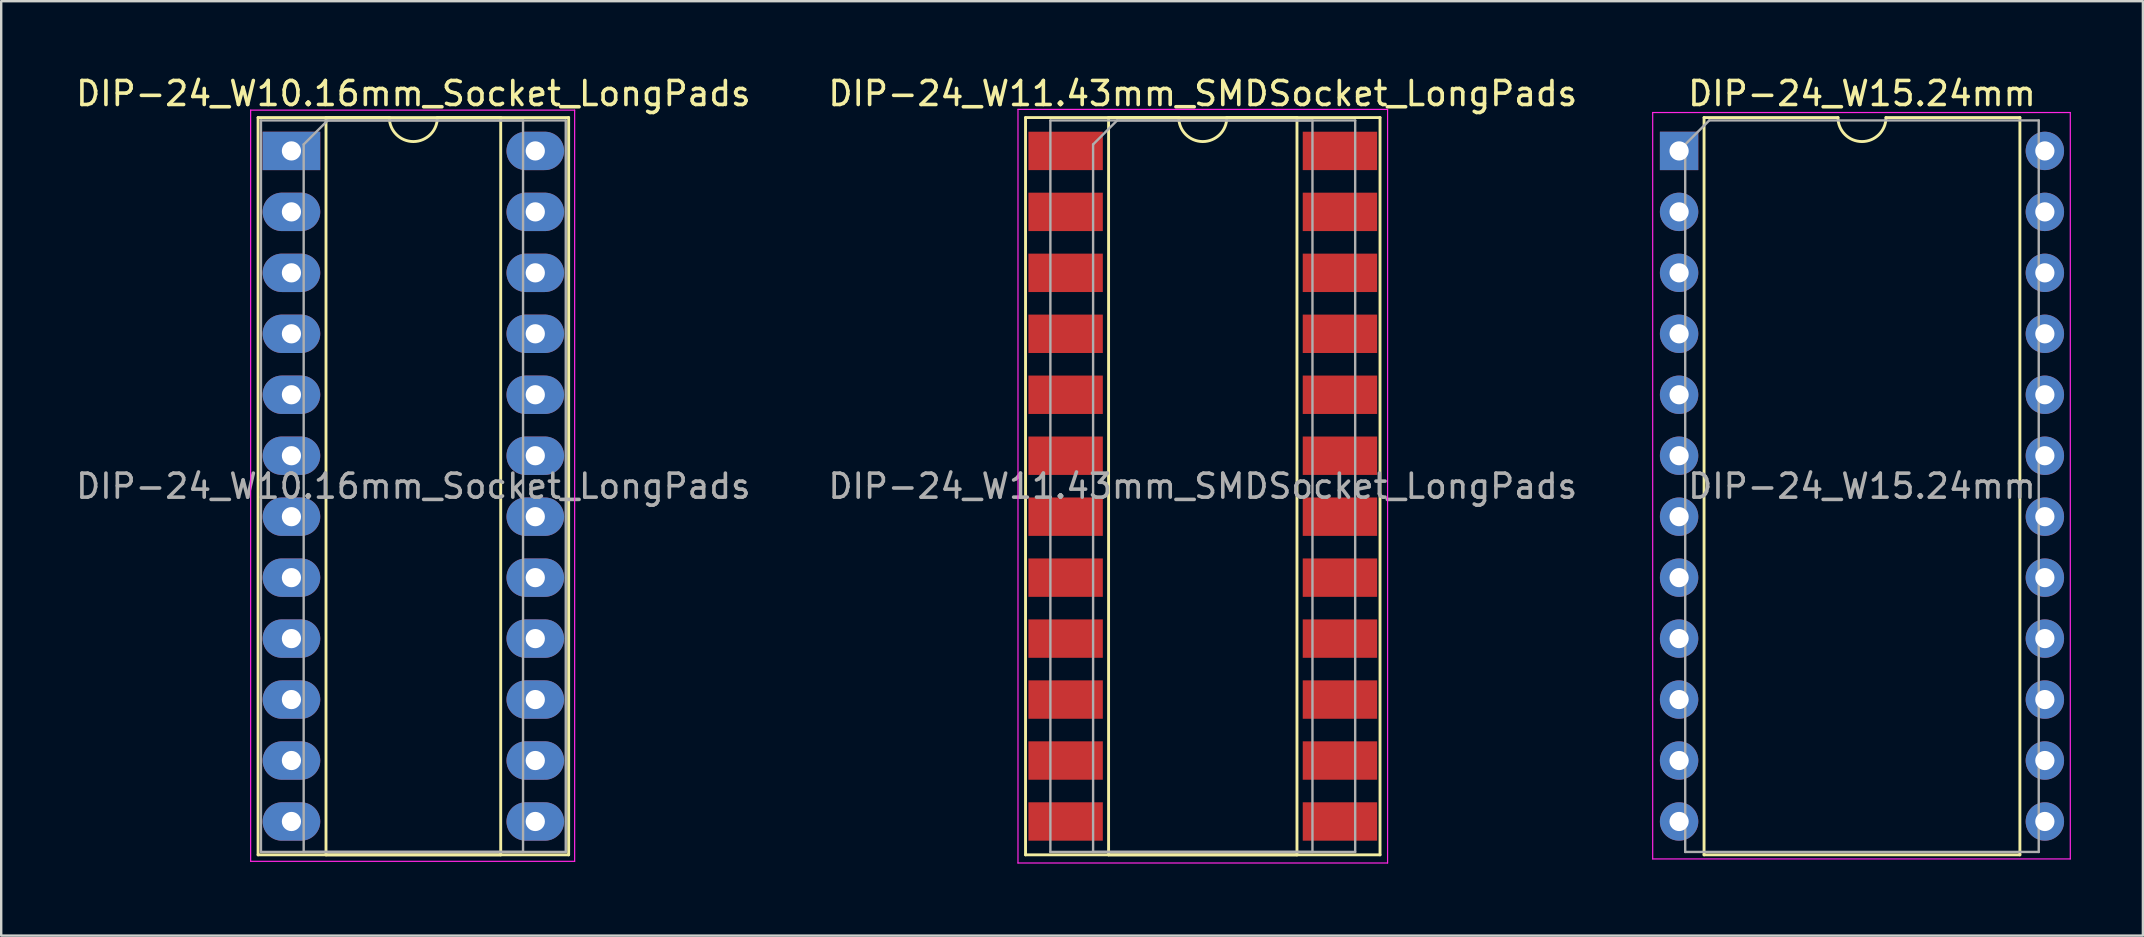
<source format=kicad_pcb>
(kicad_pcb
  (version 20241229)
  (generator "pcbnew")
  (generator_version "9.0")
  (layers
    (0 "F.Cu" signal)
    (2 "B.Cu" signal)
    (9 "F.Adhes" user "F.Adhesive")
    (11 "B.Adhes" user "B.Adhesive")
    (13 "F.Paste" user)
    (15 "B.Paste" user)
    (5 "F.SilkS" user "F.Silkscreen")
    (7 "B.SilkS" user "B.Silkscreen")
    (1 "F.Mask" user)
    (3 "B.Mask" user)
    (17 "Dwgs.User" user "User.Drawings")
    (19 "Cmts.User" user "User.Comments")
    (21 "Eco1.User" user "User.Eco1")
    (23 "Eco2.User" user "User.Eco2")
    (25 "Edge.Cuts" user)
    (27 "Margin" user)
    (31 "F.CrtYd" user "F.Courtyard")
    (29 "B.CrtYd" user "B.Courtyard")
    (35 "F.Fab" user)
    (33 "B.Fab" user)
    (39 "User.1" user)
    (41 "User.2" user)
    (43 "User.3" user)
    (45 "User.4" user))
  (footprint "DIP-24_W10.16mm_Socket_LongPads"
    (layer "F.Cu")
    (at 9.093 3.238)
    (property "Reference" "DIP-24_W10.16mm_Socket_LongPads" (at 5.08 -2.39 0) (layer "F.SilkS") (effects (font (size 1 1) (thickness 0.15))))
    (attr through_hole)
    (fp_line (start -1.39 -1.39) (end -1.39 29.33) (stroke (width 0.12) (type solid)) (layer "F.SilkS"))
    (fp_line (start -1.39 29.33) (end 11.55 29.33) (stroke (width 0.12) (type solid)) (layer "F.SilkS"))
    (fp_line (start 1.44 -1.39) (end 1.44 29.33) (stroke (width 0.12) (type solid)) (layer "F.SilkS"))
    (fp_line (start 1.44 29.33) (end 8.72 29.33) (stroke (width 0.12) (type solid)) (layer "F.SilkS"))
    (fp_line (start 4.08 -1.39) (end 1.44 -1.39) (stroke (width 0.12) (type solid)) (layer "F.SilkS"))
    (fp_line (start 8.72 -1.39) (end 6.08 -1.39) (stroke (width 0.12) (type solid)) (layer "F.SilkS"))
    (fp_line (start 8.72 29.33) (end 8.72 -1.39) (stroke (width 0.12) (type solid)) (layer "F.SilkS"))
    (fp_line (start 11.55 -1.39) (end -1.39 -1.39) (stroke (width 0.12) (type solid)) (layer "F.SilkS"))
    (fp_line (start 11.55 29.33) (end 11.55 -1.39) (stroke (width 0.12) (type solid)) (layer "F.SilkS"))
    (fp_arc (start 6.08 -1.39) (mid 5.08 -0.39) (end 4.08 -1.39) (stroke (width 0.12) (type solid)) (layer "F.SilkS"))
    (fp_line (start -1.7 -1.7) (end -1.7 29.6) (stroke (width 0.05) (type solid)) (layer "F.CrtYd"))
    (fp_line (start -1.7 29.6) (end 11.8 29.6) (stroke (width 0.05) (type solid)) (layer "F.CrtYd"))
    (fp_line (start 11.8 -1.7) (end -1.7 -1.7) (stroke (width 0.05) (type solid)) (layer "F.CrtYd"))
    (fp_line (start 11.8 29.6) (end 11.8 -1.7) (stroke (width 0.05) (type solid)) (layer "F.CrtYd"))
    (fp_line (start -1.27 -1.27) (end -1.27 29.21) (stroke (width 0.1) (type solid)) (layer "F.Fab"))
    (fp_line (start -1.27 29.21) (end 11.43 29.21) (stroke (width 0.1) (type solid)) (layer "F.Fab"))
    (fp_line (start 0.51 -0.27) (end 1.51 -1.27) (stroke (width 0.1) (type solid)) (layer "F.Fab"))
    (fp_line (start 0.51 29.21) (end 0.51 -0.27) (stroke (width 0.1) (type solid)) (layer "F.Fab"))
    (fp_line (start 1.51 -1.27) (end 9.65 -1.27) (stroke (width 0.1) (type solid)) (layer "F.Fab"))
    (fp_line (start 9.65 -1.27) (end 9.65 29.21) (stroke (width 0.1) (type solid)) (layer "F.Fab"))
    (fp_line (start 9.65 29.21) (end 0.51 29.21) (stroke (width 0.1) (type solid)) (layer "F.Fab"))
    (fp_line (start 11.43 -1.27) (end -1.27 -1.27) (stroke (width 0.1) (type solid)) (layer "F.Fab"))
    (fp_line (start 11.43 29.21) (end 11.43 -1.27) (stroke (width 0.1) (type solid)) (layer "F.Fab"))
    (fp_text user "${REFERENCE}" (at 5.08 13.97 0) (layer "F.Fab") (effects (font (size 1 1) (thickness 0.15))))
    (pad "1" thru_hole rect (at 0 0) (size 2.4 1.6) (drill 0.8) (layers "*.Cu" "*.Mask"))
    (pad "2" thru_hole oval (at 0 2.54) (size 2.4 1.6) (drill 0.8) (layers "*.Cu" "*.Mask"))
    (pad "3" thru_hole oval (at 0 5.08) (size 2.4 1.6) (drill 0.8) (layers "*.Cu" "*.Mask"))
    (pad "4" thru_hole oval (at 0 7.62) (size 2.4 1.6) (drill 0.8) (layers "*.Cu" "*.Mask"))
    (pad "5" thru_hole oval (at 0 10.16) (size 2.4 1.6) (drill 0.8) (layers "*.Cu" "*.Mask"))
    (pad "6" thru_hole oval (at 0 12.7) (size 2.4 1.6) (drill 0.8) (layers "*.Cu" "*.Mask"))
    (pad "7" thru_hole oval (at 0 15.24) (size 2.4 1.6) (drill 0.8) (layers "*.Cu" "*.Mask"))
    (pad "8" thru_hole oval (at 0 17.78) (size 2.4 1.6) (drill 0.8) (layers "*.Cu" "*.Mask"))
    (pad "9" thru_hole oval (at 0 20.32) (size 2.4 1.6) (drill 0.8) (layers "*.Cu" "*.Mask"))
    (pad "10" thru_hole oval (at 0 22.86) (size 2.4 1.6) (drill 0.8) (layers "*.Cu" "*.Mask"))
    (pad "11" thru_hole oval (at 0 25.4) (size 2.4 1.6) (drill 0.8) (layers "*.Cu" "*.Mask"))
    (pad "12" thru_hole oval (at 0 27.94) (size 2.4 1.6) (drill 0.8) (layers "*.Cu" "*.Mask"))
    (pad "13" thru_hole oval (at 10.16 27.94) (size 2.4 1.6) (drill 0.8) (layers "*.Cu" "*.Mask"))
    (pad "14" thru_hole oval (at 10.16 25.4) (size 2.4 1.6) (drill 0.8) (layers "*.Cu" "*.Mask"))
    (pad "15" thru_hole oval (at 10.16 22.86) (size 2.4 1.6) (drill 0.8) (layers "*.Cu" "*.Mask"))
    (pad "16" thru_hole oval (at 10.16 20.32) (size 2.4 1.6) (drill 0.8) (layers "*.Cu" "*.Mask"))
    (pad "17" thru_hole oval (at 10.16 17.78) (size 2.4 1.6) (drill 0.8) (layers "*.Cu" "*.Mask"))
    (pad "18" thru_hole oval (at 10.16 15.24) (size 2.4 1.6) (drill 0.8) (layers "*.Cu" "*.Mask"))
    (pad "19" thru_hole oval (at 10.16 12.7) (size 2.4 1.6) (drill 0.8) (layers "*.Cu" "*.Mask"))
    (pad "20" thru_hole oval (at 10.16 10.16) (size 2.4 1.6) (drill 0.8) (layers "*.Cu" "*.Mask"))
    (pad "21" thru_hole oval (at 10.16 7.62) (size 2.4 1.6) (drill 0.8) (layers "*.Cu" "*.Mask"))
    (pad "22" thru_hole oval (at 10.16 5.08) (size 2.4 1.6) (drill 0.8) (layers "*.Cu" "*.Mask"))
    (pad "23" thru_hole oval (at 10.16 2.54) (size 2.4 1.6) (drill 0.8) (layers "*.Cu" "*.Mask"))
    (pad "24" thru_hole oval (at 10.16 0) (size 2.4 1.6) (drill 0.8) (layers "*.Cu" "*.Mask")))
  (footprint "DIP-24_W11.43mm_SMDSocket_LongPads"
    (layer "F.Cu")
    (at 47.065 17.208)
    (property "Reference" "DIP-24_W11.43mm_SMDSocket_LongPads" (at 0 -16.36 0) (layer "F.SilkS") (effects (font (size 1 1) (thickness 0.15))))
    (attr smd)
    (fp_line (start -7.385 -15.36) (end -7.385 15.36) (stroke (width 0.12) (type solid)) (layer "F.SilkS"))
    (fp_line (start -7.385 15.36) (end 7.385 15.36) (stroke (width 0.12) (type solid)) (layer "F.SilkS"))
    (fp_line (start -3.925 -15.36) (end -3.925 15.36) (stroke (width 0.12) (type solid)) (layer "F.SilkS"))
    (fp_line (start -3.925 15.36) (end 3.925 15.36) (stroke (width 0.12) (type solid)) (layer "F.SilkS"))
    (fp_line (start -1 -15.36) (end -3.925 -15.36) (stroke (width 0.12) (type solid)) (layer "F.SilkS"))
    (fp_line (start 3.925 -15.36) (end 1 -15.36) (stroke (width 0.12) (type solid)) (layer "F.SilkS"))
    (fp_line (start 3.925 15.36) (end 3.925 -15.36) (stroke (width 0.12) (type solid)) (layer "F.SilkS"))
    (fp_line (start 7.385 -15.36) (end -7.385 -15.36) (stroke (width 0.12) (type solid)) (layer "F.SilkS"))
    (fp_line (start 7.385 15.36) (end 7.385 -15.36) (stroke (width 0.12) (type solid)) (layer "F.SilkS"))
    (fp_arc (start 1 -15.36) (mid 0 -14.36) (end -1 -15.36) (stroke (width 0.12) (type solid)) (layer "F.SilkS"))
    (fp_line (start -7.7 -15.7) (end -7.7 15.7) (stroke (width 0.05) (type solid)) (layer "F.CrtYd"))
    (fp_line (start -7.7 15.7) (end 7.7 15.7) (stroke (width 0.05) (type solid)) (layer "F.CrtYd"))
    (fp_line (start 7.7 -15.7) (end -7.7 -15.7) (stroke (width 0.05) (type solid)) (layer "F.CrtYd"))
    (fp_line (start 7.7 15.7) (end 7.7 -15.7) (stroke (width 0.05) (type solid)) (layer "F.CrtYd"))
    (fp_line (start -6.35 -15.24) (end -6.35 15.24) (stroke (width 0.1) (type solid)) (layer "F.Fab"))
    (fp_line (start -6.35 15.24) (end 6.35 15.24) (stroke (width 0.1) (type solid)) (layer "F.Fab"))
    (fp_line (start -4.57 -14.24) (end -3.57 -15.24) (stroke (width 0.1) (type solid)) (layer "F.Fab"))
    (fp_line (start -4.57 15.24) (end -4.57 -14.24) (stroke (width 0.1) (type solid)) (layer "F.Fab"))
    (fp_line (start -3.57 -15.24) (end 4.57 -15.24) (stroke (width 0.1) (type solid)) (layer "F.Fab"))
    (fp_line (start 4.57 -15.24) (end 4.57 15.24) (stroke (width 0.1) (type solid)) (layer "F.Fab"))
    (fp_line (start 4.57 15.24) (end -4.57 15.24) (stroke (width 0.1) (type solid)) (layer "F.Fab"))
    (fp_line (start 6.35 -15.24) (end -6.35 -15.24) (stroke (width 0.1) (type solid)) (layer "F.Fab"))
    (fp_line (start 6.35 15.24) (end 6.35 -15.24) (stroke (width 0.1) (type solid)) (layer "F.Fab"))
    (fp_text user "${REFERENCE}" (at 0 0 0) (layer "F.Fab") (effects (font (size 1 1) (thickness 0.15))))
    (pad "1" smd rect (at -5.715 -13.97) (size 3.1 1.6) (layers "F.Cu" "F.Mask" "F.Paste"))
    (pad "2" smd rect (at -5.715 -11.43) (size 3.1 1.6) (layers "F.Cu" "F.Mask" "F.Paste"))
    (pad "3" smd rect (at -5.715 -8.89) (size 3.1 1.6) (layers "F.Cu" "F.Mask" "F.Paste"))
    (pad "4" smd rect (at -5.715 -6.35) (size 3.1 1.6) (layers "F.Cu" "F.Mask" "F.Paste"))
    (pad "5" smd rect (at -5.715 -3.81) (size 3.1 1.6) (layers "F.Cu" "F.Mask" "F.Paste"))
    (pad "6" smd rect (at -5.715 -1.27) (size 3.1 1.6) (layers "F.Cu" "F.Mask" "F.Paste"))
    (pad "7" smd rect (at -5.715 1.27) (size 3.1 1.6) (layers "F.Cu" "F.Mask" "F.Paste"))
    (pad "8" smd rect (at -5.715 3.81) (size 3.1 1.6) (layers "F.Cu" "F.Mask" "F.Paste"))
    (pad "9" smd rect (at -5.715 6.35) (size 3.1 1.6) (layers "F.Cu" "F.Mask" "F.Paste"))
    (pad "10" smd rect (at -5.715 8.89) (size 3.1 1.6) (layers "F.Cu" "F.Mask" "F.Paste"))
    (pad "11" smd rect (at -5.715 11.43) (size 3.1 1.6) (layers "F.Cu" "F.Mask" "F.Paste"))
    (pad "12" smd rect (at -5.715 13.97) (size 3.1 1.6) (layers "F.Cu" "F.Mask" "F.Paste"))
    (pad "13" smd rect (at 5.715 13.97) (size 3.1 1.6) (layers "F.Cu" "F.Mask" "F.Paste"))
    (pad "14" smd rect (at 5.715 11.43) (size 3.1 1.6) (layers "F.Cu" "F.Mask" "F.Paste"))
    (pad "15" smd rect (at 5.715 8.89) (size 3.1 1.6) (layers "F.Cu" "F.Mask" "F.Paste"))
    (pad "16" smd rect (at 5.715 6.35) (size 3.1 1.6) (layers "F.Cu" "F.Mask" "F.Paste"))
    (pad "17" smd rect (at 5.715 3.81) (size 3.1 1.6) (layers "F.Cu" "F.Mask" "F.Paste"))
    (pad "18" smd rect (at 5.715 1.27) (size 3.1 1.6) (layers "F.Cu" "F.Mask" "F.Paste"))
    (pad "19" smd rect (at 5.715 -1.27) (size 3.1 1.6) (layers "F.Cu" "F.Mask" "F.Paste"))
    (pad "20" smd rect (at 5.715 -3.81) (size 3.1 1.6) (layers "F.Cu" "F.Mask" "F.Paste"))
    (pad "21" smd rect (at 5.715 -6.35) (size 3.1 1.6) (layers "F.Cu" "F.Mask" "F.Paste"))
    (pad "22" smd rect (at 5.715 -8.89) (size 3.1 1.6) (layers "F.Cu" "F.Mask" "F.Paste"))
    (pad "23" smd rect (at 5.715 -11.43) (size 3.1 1.6) (layers "F.Cu" "F.Mask" "F.Paste"))
    (pad "24" smd rect (at 5.715 -13.97) (size 3.1 1.6) (layers "F.Cu" "F.Mask" "F.Paste")))
  (footprint "DIP-24_W15.24mm"
    (layer "F.Cu")
    (at 66.911 3.238)
    (property "Reference" "DIP-24_W15.24mm" (at 7.62 -2.39 0) (layer "F.SilkS") (effects (font (size 1 1) (thickness 0.15))))
    (attr through_hole)
    (fp_line (start 1.04 -1.39) (end 1.04 29.33) (stroke (width 0.12) (type solid)) (layer "F.SilkS"))
    (fp_line (start 1.04 29.33) (end 14.2 29.33) (stroke (width 0.12) (type solid)) (layer "F.SilkS"))
    (fp_line (start 6.62 -1.39) (end 1.04 -1.39) (stroke (width 0.12) (type solid)) (layer "F.SilkS"))
    (fp_line (start 14.2 -1.39) (end 8.62 -1.39) (stroke (width 0.12) (type solid)) (layer "F.SilkS"))
    (fp_line (start 14.2 29.33) (end 14.2 -1.39) (stroke (width 0.12) (type solid)) (layer "F.SilkS"))
    (fp_arc (start 8.62 -1.39) (mid 7.62 -0.39) (end 6.62 -1.39) (stroke (width 0.12) (type solid)) (layer "F.SilkS"))
    (fp_line (start -1.1 -1.6) (end -1.1 29.5) (stroke (width 0.05) (type solid)) (layer "F.CrtYd"))
    (fp_line (start -1.1 29.5) (end 16.3 29.5) (stroke (width 0.05) (type solid)) (layer "F.CrtYd"))
    (fp_line (start 16.3 -1.6) (end -1.1 -1.6) (stroke (width 0.05) (type solid)) (layer "F.CrtYd"))
    (fp_line (start 16.3 29.5) (end 16.3 -1.6) (stroke (width 0.05) (type solid)) (layer "F.CrtYd"))
    (fp_line (start 0.255 -0.27) (end 1.255 -1.27) (stroke (width 0.1) (type solid)) (layer "F.Fab"))
    (fp_line (start 0.255 29.21) (end 0.255 -0.27) (stroke (width 0.1) (type solid)) (layer "F.Fab"))
    (fp_line (start 1.255 -1.27) (end 14.985 -1.27) (stroke (width 0.1) (type solid)) (layer "F.Fab"))
    (fp_line (start 14.985 -1.27) (end 14.985 29.21) (stroke (width 0.1) (type solid)) (layer "F.Fab"))
    (fp_line (start 14.985 29.21) (end 0.255 29.21) (stroke (width 0.1) (type solid)) (layer "F.Fab"))
    (fp_text user "${REFERENCE}" (at 7.62 13.97 0) (layer "F.Fab") (effects (font (size 1 1) (thickness 0.15))))
    (pad "1" thru_hole rect (at 0 0) (size 1.6 1.6) (drill 0.8) (layers "*.Cu" "*.Mask"))
    (pad "2" thru_hole oval (at 0 2.54) (size 1.6 1.6) (drill 0.8) (layers "*.Cu" "*.Mask"))
    (pad "3" thru_hole oval (at 0 5.08) (size 1.6 1.6) (drill 0.8) (layers "*.Cu" "*.Mask"))
    (pad "4" thru_hole oval (at 0 7.62) (size 1.6 1.6) (drill 0.8) (layers "*.Cu" "*.Mask"))
    (pad "5" thru_hole oval (at 0 10.16) (size 1.6 1.6) (drill 0.8) (layers "*.Cu" "*.Mask"))
    (pad "6" thru_hole oval (at 0 12.7) (size 1.6 1.6) (drill 0.8) (layers "*.Cu" "*.Mask"))
    (pad "7" thru_hole oval (at 0 15.24) (size 1.6 1.6) (drill 0.8) (layers "*.Cu" "*.Mask"))
    (pad "8" thru_hole oval (at 0 17.78) (size 1.6 1.6) (drill 0.8) (layers "*.Cu" "*.Mask"))
    (pad "9" thru_hole oval (at 0 20.32) (size 1.6 1.6) (drill 0.8) (layers "*.Cu" "*.Mask"))
    (pad "10" thru_hole oval (at 0 22.86) (size 1.6 1.6) (drill 0.8) (layers "*.Cu" "*.Mask"))
    (pad "11" thru_hole oval (at 0 25.4) (size 1.6 1.6) (drill 0.8) (layers "*.Cu" "*.Mask"))
    (pad "12" thru_hole oval (at 0 27.94) (size 1.6 1.6) (drill 0.8) (layers "*.Cu" "*.Mask"))
    (pad "13" thru_hole oval (at 15.24 27.94) (size 1.6 1.6) (drill 0.8) (layers "*.Cu" "*.Mask"))
    (pad "14" thru_hole oval (at 15.24 25.4) (size 1.6 1.6) (drill 0.8) (layers "*.Cu" "*.Mask"))
    (pad "15" thru_hole oval (at 15.24 22.86) (size 1.6 1.6) (drill 0.8) (layers "*.Cu" "*.Mask"))
    (pad "16" thru_hole oval (at 15.24 20.32) (size 1.6 1.6) (drill 0.8) (layers "*.Cu" "*.Mask"))
    (pad "17" thru_hole oval (at 15.24 17.78) (size 1.6 1.6) (drill 0.8) (layers "*.Cu" "*.Mask"))
    (pad "18" thru_hole oval (at 15.24 15.24) (size 1.6 1.6) (drill 0.8) (layers "*.Cu" "*.Mask"))
    (pad "19" thru_hole oval (at 15.24 12.7) (size 1.6 1.6) (drill 0.8) (layers "*.Cu" "*.Mask"))
    (pad "20" thru_hole oval (at 15.24 10.16) (size 1.6 1.6) (drill 0.8) (layers "*.Cu" "*.Mask"))
    (pad "21" thru_hole oval (at 15.24 7.62) (size 1.6 1.6) (drill 0.8) (layers "*.Cu" "*.Mask"))
    (pad "22" thru_hole oval (at 15.24 5.08) (size 1.6 1.6) (drill 0.8) (layers "*.Cu" "*.Mask"))
    (pad "23" thru_hole oval (at 15.24 2.54) (size 1.6 1.6) (drill 0.8) (layers "*.Cu" "*.Mask"))
    (pad "24" thru_hole oval (at 15.24 0) (size 1.6 1.6) (drill 0.8) (layers "*.Cu" "*.Mask")))
  (gr_rect
    (start -3 -3)
    (end 86.236 35.933)
    (stroke (width 0.1) (type default))
    (fill no)
    (layer "Edge.Cuts")))
</source>
